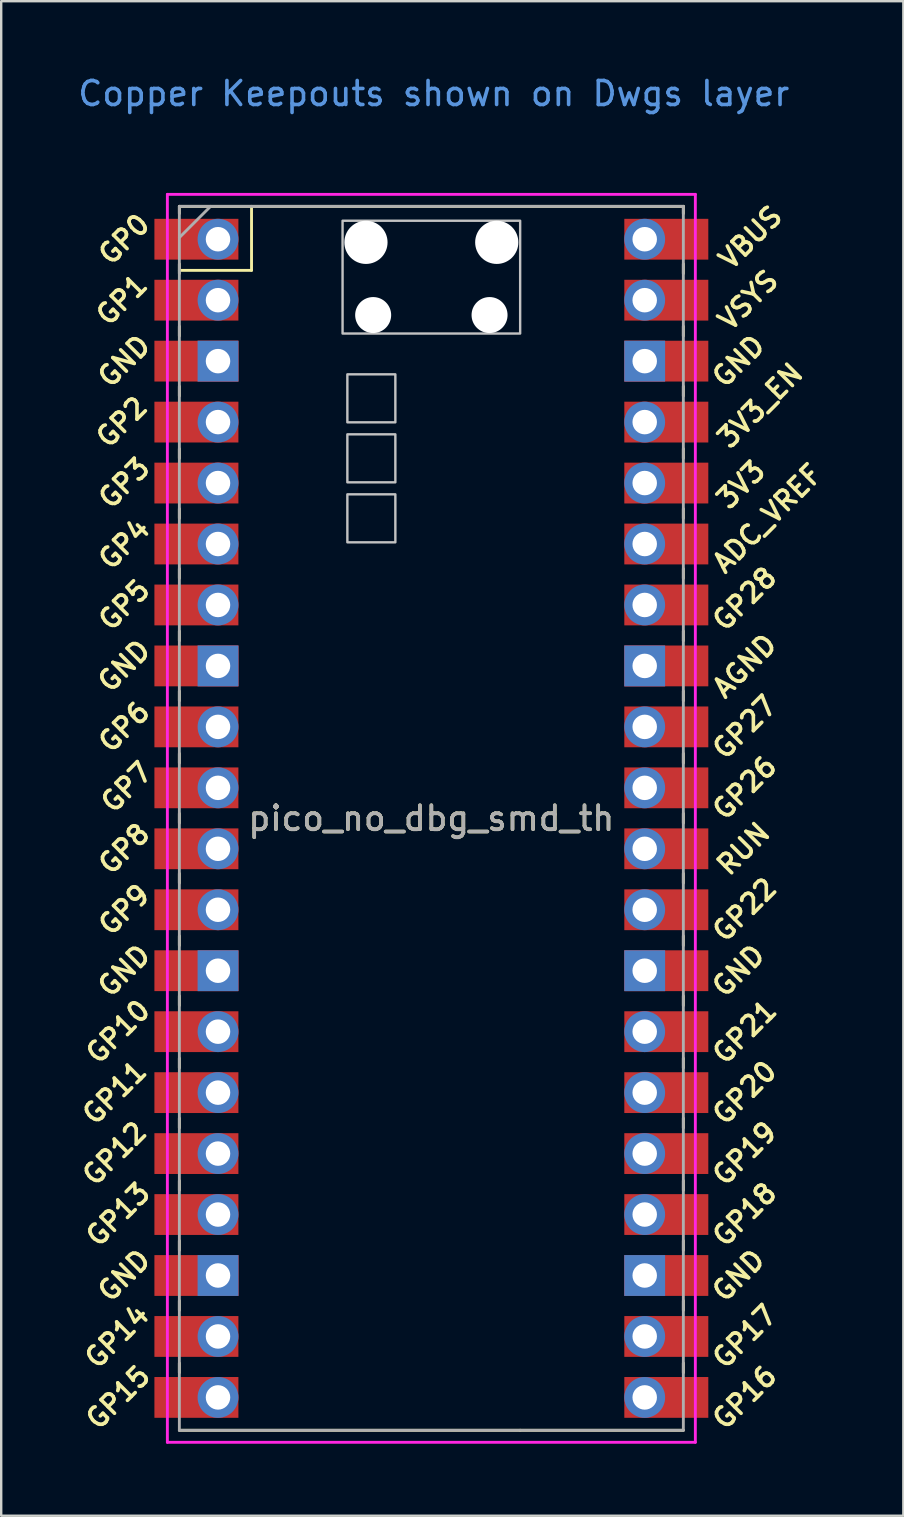
<source format=kicad_pcb>
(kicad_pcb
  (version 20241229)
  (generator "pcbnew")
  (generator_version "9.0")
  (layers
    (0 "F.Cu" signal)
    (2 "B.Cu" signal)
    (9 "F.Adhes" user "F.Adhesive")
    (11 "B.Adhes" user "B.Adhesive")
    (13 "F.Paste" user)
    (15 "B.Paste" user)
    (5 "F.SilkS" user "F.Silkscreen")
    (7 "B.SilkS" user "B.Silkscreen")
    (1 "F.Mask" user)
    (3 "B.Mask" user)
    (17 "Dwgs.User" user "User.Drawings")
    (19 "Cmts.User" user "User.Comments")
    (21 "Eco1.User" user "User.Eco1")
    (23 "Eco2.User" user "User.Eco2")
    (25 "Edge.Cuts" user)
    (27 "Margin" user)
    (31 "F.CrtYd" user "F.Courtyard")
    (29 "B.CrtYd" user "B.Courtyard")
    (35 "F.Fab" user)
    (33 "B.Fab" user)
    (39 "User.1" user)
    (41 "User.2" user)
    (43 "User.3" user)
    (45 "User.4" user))
  (footprint "pico_no_dbg_smd_th"
    (layer "F.Cu")
    (at 14.924 31.048)
    (property "Reference" "pico_no_dbg_smd_th" (at 0 0 0) (layer "F.SilkS") (effects (font (size 1 1) (thickness 0.15))))
    (attr through_hole)
    (fp_line (start -10.5 -25.5) (end -10.5 -25.2) (stroke (width 0.12) (type solid)) (layer "F.SilkS"))
    (fp_line (start -10.5 -25.5) (end 10.5 -25.5) (stroke (width 0.12) (type solid)) (layer "F.SilkS"))
    (fp_line (start -10.5 -23.1) (end -10.5 -22.7) (stroke (width 0.12) (type solid)) (layer "F.SilkS"))
    (fp_line (start -10.5 -22.833) (end -7.493 -22.833) (stroke (width 0.12) (type solid)) (layer "F.SilkS"))
    (fp_line (start -10.5 -20.5) (end -10.5 -20.1) (stroke (width 0.12) (type solid)) (layer "F.SilkS"))
    (fp_line (start -10.5 -18) (end -10.5 -17.6) (stroke (width 0.12) (type solid)) (layer "F.SilkS"))
    (fp_line (start -10.5 -15.4) (end -10.5 -15) (stroke (width 0.12) (type solid)) (layer "F.SilkS"))
    (fp_line (start -10.5 -12.9) (end -10.5 -12.5) (stroke (width 0.12) (type solid)) (layer "F.SilkS"))
    (fp_line (start -10.5 -10.4) (end -10.5 -10) (stroke (width 0.12) (type solid)) (layer "F.SilkS"))
    (fp_line (start -10.5 -7.8) (end -10.5 -7.4) (stroke (width 0.12) (type solid)) (layer "F.SilkS"))
    (fp_line (start -10.5 -5.3) (end -10.5 -4.9) (stroke (width 0.12) (type solid)) (layer "F.SilkS"))
    (fp_line (start -10.5 -2.7) (end -10.5 -2.3) (stroke (width 0.12) (type solid)) (layer "F.SilkS"))
    (fp_line (start -10.5 -0.2) (end -10.5 0.2) (stroke (width 0.12) (type solid)) (layer "F.SilkS"))
    (fp_line (start -10.5 2.3) (end -10.5 2.7) (stroke (width 0.12) (type solid)) (layer "F.SilkS"))
    (fp_line (start -10.5 4.9) (end -10.5 5.3) (stroke (width 0.12) (type solid)) (layer "F.SilkS"))
    (fp_line (start -10.5 7.4) (end -10.5 7.8) (stroke (width 0.12) (type solid)) (layer "F.SilkS"))
    (fp_line (start -10.5 10) (end -10.5 10.4) (stroke (width 0.12) (type solid)) (layer "F.SilkS"))
    (fp_line (start -10.5 12.5) (end -10.5 12.9) (stroke (width 0.12) (type solid)) (layer "F.SilkS"))
    (fp_line (start -10.5 15.1) (end -10.5 15.5) (stroke (width 0.12) (type solid)) (layer "F.SilkS"))
    (fp_line (start -10.5 17.6) (end -10.5 18) (stroke (width 0.12) (type solid)) (layer "F.SilkS"))
    (fp_line (start -10.5 20.1) (end -10.5 20.5) (stroke (width 0.12) (type solid)) (layer "F.SilkS"))
    (fp_line (start -10.5 22.7) (end -10.5 23.1) (stroke (width 0.12) (type solid)) (layer "F.SilkS"))
    (fp_line (start -7.493 -22.833) (end -7.493 -25.5) (stroke (width 0.12) (type solid)) (layer "F.SilkS"))
    (fp_line (start 3.7 25.5) (end -10.5 25.5) (stroke (width 0.12) (type solid)) (layer "F.SilkS"))
    (fp_line (start 10.5 -25.5) (end 10.5 -25.2) (stroke (width 0.12) (type solid)) (layer "F.SilkS"))
    (fp_line (start 10.5 -23.1) (end 10.5 -22.7) (stroke (width 0.12) (type solid)) (layer "F.SilkS"))
    (fp_line (start 10.5 -20.5) (end 10.5 -20.1) (stroke (width 0.12) (type solid)) (layer "F.SilkS"))
    (fp_line (start 10.5 -18) (end 10.5 -17.6) (stroke (width 0.12) (type solid)) (layer "F.SilkS"))
    (fp_line (start 10.5 -15.4) (end 10.5 -15) (stroke (width 0.12) (type solid)) (layer "F.SilkS"))
    (fp_line (start 10.5 -12.9) (end 10.5 -12.5) (stroke (width 0.12) (type solid)) (layer "F.SilkS"))
    (fp_line (start 10.5 -10.4) (end 10.5 -10) (stroke (width 0.12) (type solid)) (layer "F.SilkS"))
    (fp_line (start 10.5 -7.8) (end 10.5 -7.4) (stroke (width 0.12) (type solid)) (layer "F.SilkS"))
    (fp_line (start 10.5 -5.3) (end 10.5 -4.9) (stroke (width 0.12) (type solid)) (layer "F.SilkS"))
    (fp_line (start 10.5 -2.7) (end 10.5 -2.3) (stroke (width 0.12) (type solid)) (layer "F.SilkS"))
    (fp_line (start 10.5 -0.2) (end 10.5 0.2) (stroke (width 0.12) (type solid)) (layer "F.SilkS"))
    (fp_line (start 10.5 2.3) (end 10.5 2.7) (stroke (width 0.12) (type solid)) (layer "F.SilkS"))
    (fp_line (start 10.5 4.9) (end 10.5 5.3) (stroke (width 0.12) (type solid)) (layer "F.SilkS"))
    (fp_line (start 10.5 7.4) (end 10.5 7.8) (stroke (width 0.12) (type solid)) (layer "F.SilkS"))
    (fp_line (start 10.5 10) (end 10.5 10.4) (stroke (width 0.12) (type solid)) (layer "F.SilkS"))
    (fp_line (start 10.5 12.5) (end 10.5 12.9) (stroke (width 0.12) (type solid)) (layer "F.SilkS"))
    (fp_line (start 10.5 15.1) (end 10.5 15.5) (stroke (width 0.12) (type solid)) (layer "F.SilkS"))
    (fp_line (start 10.5 17.6) (end 10.5 18) (stroke (width 0.12) (type solid)) (layer "F.SilkS"))
    (fp_line (start 10.5 20.1) (end 10.5 20.5) (stroke (width 0.12) (type solid)) (layer "F.SilkS"))
    (fp_line (start 10.5 22.7) (end 10.5 23.1) (stroke (width 0.12) (type solid)) (layer "F.SilkS"))
    (fp_line (start 10.5 25.5) (end 3.7 25.5) (stroke (width 0.12) (type solid)) (layer "F.SilkS"))
    (fp_poly (pts (xy -1.5 -16.5) (xy -3.5 -16.5) (xy -3.5 -18.5) (xy -1.5 -18.5)) (stroke (width 0.1) (type solid)) (fill no) (layer "Dwgs.User"))
    (fp_poly (pts (xy -1.5 -14) (xy -3.5 -14) (xy -3.5 -16) (xy -1.5 -16)) (stroke (width 0.1) (type solid)) (fill no) (layer "Dwgs.User"))
    (fp_poly (pts (xy -1.5 -11.5) (xy -3.5 -11.5) (xy -3.5 -13.5) (xy -1.5 -13.5)) (stroke (width 0.1) (type solid)) (fill no) (layer "Dwgs.User"))
    (fp_poly (pts (xy 3.7 -20.2) (xy -3.7 -20.2) (xy -3.7 -24.9) (xy 3.7 -24.9)) (stroke (width 0.1) (type solid)) (fill no) (layer "Dwgs.User"))
    (fp_line (start -11 -26) (end 11 -26) (stroke (width 0.12) (type solid)) (layer "F.CrtYd"))
    (fp_line (start -11 26) (end -11 -26) (stroke (width 0.12) (type solid)) (layer "F.CrtYd"))
    (fp_line (start 11 -26) (end 11 26) (stroke (width 0.12) (type solid)) (layer "F.CrtYd"))
    (fp_line (start 11 26) (end -11 26) (stroke (width 0.12) (type solid)) (layer "F.CrtYd"))
    (fp_line (start -10.5 -25.5) (end 10.5 -25.5) (stroke (width 0.12) (type solid)) (layer "F.Fab"))
    (fp_line (start -10.5 -24.2) (end -9.2 -25.5) (stroke (width 0.12) (type solid)) (layer "F.Fab"))
    (fp_line (start -10.5 25.5) (end -10.5 -25.5) (stroke (width 0.12) (type solid)) (layer "F.Fab"))
    (fp_line (start 10.5 -25.5) (end 10.5 25.5) (stroke (width 0.12) (type solid)) (layer "F.Fab"))
    (fp_line (start 10.5 25.5) (end -10.5 25.5) (stroke (width 0.12) (type solid)) (layer "F.Fab"))
    (fp_text user "AGND" (at 13.054 -6.35 45) (layer "F.SilkS") (effects (font (size 0.8 0.8) (thickness 0.15))))
    (fp_text user "GP22" (at 13.054 3.81 45) (layer "F.SilkS") (effects (font (size 0.8 0.8) (thickness 0.15))))
    (fp_text user "GP12" (at -13.2 13.97 45) (layer "F.SilkS") (effects (font (size 0.8 0.8) (thickness 0.15))))
    (fp_text user "GP6" (at -12.8 -3.81 45) (layer "F.SilkS") (effects (font (size 0.8 0.8) (thickness 0.15))))
    (fp_text user "GND" (at 12.8 -19.05 45) (layer "F.SilkS") (effects (font (size 0.8 0.8) (thickness 0.15))))
    (fp_text user "GP1" (at -12.9 -21.6 45) (layer "F.SilkS") (effects (font (size 0.8 0.8) (thickness 0.15))))
    (fp_text user "GP4" (at -12.8 -11.43 45) (layer "F.SilkS") (effects (font (size 0.8 0.8) (thickness 0.15))))
    (fp_text user "GP14" (at -13.1 21.59 45) (layer "F.SilkS") (effects (font (size 0.8 0.8) (thickness 0.15))))
    (fp_text user "3V3" (at 12.9 -13.9 45) (layer "F.SilkS") (effects (font (size 0.8 0.8) (thickness 0.15))))
    (fp_text user "GP13" (at -13.054 16.51 45) (layer "F.SilkS") (effects (font (size 0.8 0.8) (thickness 0.15))))
    (fp_text user "GP17" (at 13.054 21.59 45) (layer "F.SilkS") (effects (font (size 0.8 0.8) (thickness 0.15))))
    (fp_text user "GP3" (at -12.8 -13.97 45) (layer "F.SilkS") (effects (font (size 0.8 0.8) (thickness 0.15))))
    (fp_text user "GP5" (at -12.8 -8.89 45) (layer "F.SilkS") (effects (font (size 0.8 0.8) (thickness 0.15))))
    (fp_text user "RUN" (at 13 1.27 45) (layer "F.SilkS") (effects (font (size 0.8 0.8) (thickness 0.15))))
    (fp_text user "GP20" (at 13.054 11.43 45) (layer "F.SilkS") (effects (font (size 0.8 0.8) (thickness 0.15))))
    (fp_text user "GP0" (at -12.8 -24.13 45) (layer "F.SilkS") (effects (font (size 0.8 0.8) (thickness 0.15))))
    (fp_text user "VSYS" (at 13.2 -21.59 45) (layer "F.SilkS") (effects (font (size 0.8 0.8) (thickness 0.15))))
    (fp_text user "GP18" (at 13.054 16.51 45) (layer "F.SilkS") (effects (font (size 0.8 0.8) (thickness 0.15))))
    (fp_text user "GP15" (at -13.054 24.13 45) (layer "F.SilkS") (effects (font (size 0.8 0.8) (thickness 0.15))))
    (fp_text user "GND" (at -12.8 19.05 45) (layer "F.SilkS") (effects (font (size 0.8 0.8) (thickness 0.15))))
    (fp_text user "GP7" (at -12.7 -1.3 45) (layer "F.SilkS") (effects (font (size 0.8 0.8) (thickness 0.15))))
    (fp_text user "GP11" (at -13.2 11.43 45) (layer "F.SilkS") (effects (font (size 0.8 0.8) (thickness 0.15))))
    (fp_text user "GP8" (at -12.8 1.27 45) (layer "F.SilkS") (effects (font (size 0.8 0.8) (thickness 0.15))))
    (fp_text user "GP10" (at -13.054 8.89 45) (layer "F.SilkS") (effects (font (size 0.8 0.8) (thickness 0.15))))
    (fp_text user "GP2" (at -12.9 -16.51 45) (layer "F.SilkS") (effects (font (size 0.8 0.8) (thickness 0.15))))
    (fp_text user "GP26" (at 13.054 -1.27 45) (layer "F.SilkS") (effects (font (size 0.8 0.8) (thickness 0.15))))
    (fp_text user "GND" (at -12.8 6.35 45) (layer "F.SilkS") (effects (font (size 0.8 0.8) (thickness 0.15))))
    (fp_text user "ADC_VREF" (at 14 -12.5 45) (layer "F.SilkS") (effects (font (size 0.8 0.8) (thickness 0.15))))
    (fp_text user "GP21" (at 13.054 8.9 45) (layer "F.SilkS") (effects (font (size 0.8 0.8) (thickness 0.15))))
    (fp_text user "GP19" (at 13.054 13.97 45) (layer "F.SilkS") (effects (font (size 0.8 0.8) (thickness 0.15))))
    (fp_text user "GND" (at -12.8 -6.35 45) (layer "F.SilkS") (effects (font (size 0.8 0.8) (thickness 0.15))))
    (fp_text user "GND" (at 12.8 6.35 45) (layer "F.SilkS") (effects (font (size 0.8 0.8) (thickness 0.15))))
    (fp_text user "VBUS" (at 13.3 -24.2 45) (layer "F.SilkS") (effects (font (size 0.8 0.8) (thickness 0.15))))
    (fp_text user "GP27" (at 13.054 -3.8 45) (layer "F.SilkS") (effects (font (size 0.8 0.8) (thickness 0.15))))
    (fp_text user "GND" (at -12.8 -19.05 45) (layer "F.SilkS") (effects (font (size 0.8 0.8) (thickness 0.15))))
    (fp_text user "GP9" (at -12.8 3.81 45) (layer "F.SilkS") (effects (font (size 0.8 0.8) (thickness 0.15))))
    (fp_text user "GP16" (at 13.054 24.13 45) (layer "F.SilkS") (effects (font (size 0.8 0.8) (thickness 0.15))))
    (fp_text user "GP28" (at 13.054 -9.144 45) (layer "F.SilkS") (effects (font (size 0.8 0.8) (thickness 0.15))))
    (fp_text user "3V3_EN" (at 13.7 -17.2 45) (layer "F.SilkS") (effects (font (size 0.8 0.8) (thickness 0.15))))
    (fp_text user "GND" (at 12.8 19.05 45) (layer "F.SilkS") (effects (font (size 0.8 0.8) (thickness 0.15))))
    (fp_text user "Copper Keepouts shown on Dwgs layer" (at 0.1 -30.2 0) (layer "Cmts.User") (effects (font (size 1 1) (thickness 0.15))))
    (fp_text user "${REFERENCE}" (at 0 0 180) (layer "F.Fab") (effects (font (size 1 1) (thickness 0.15))))
    (pad "" np_thru_hole oval (at -2.725 -24) (size 1.8 1.8) (drill 1.8) (layers "*.Cu" "*.Mask"))
    (pad "" np_thru_hole oval (at -2.425 -20.97) (size 1.5 1.5) (drill 1.5) (layers "*.Cu" "*.Mask"))
    (pad "" np_thru_hole oval (at 2.425 -20.97) (size 1.5 1.5) (drill 1.5) (layers "*.Cu" "*.Mask"))
    (pad "" np_thru_hole oval (at 2.725 -24) (size 1.8 1.8) (drill 1.8) (layers "*.Cu" "*.Mask"))
    (pad "1" thru_hole oval (at -8.89 -24.13) (size 1.7 1.7) (drill 1.02) (layers "*.Cu" "*.Mask"))
    (pad "1" smd rect (at -8.89 -24.13) (size 3.5 1.7) (drill (offset -0.9 0)) (layers "F.Cu" "F.Mask"))
    (pad "2" thru_hole oval (at -8.89 -21.59) (size 1.7 1.7) (drill 1.02) (layers "*.Cu" "*.Mask"))
    (pad "2" smd rect (at -8.89 -21.59) (size 3.5 1.7) (drill (offset -0.9 0)) (layers "F.Cu" "F.Mask"))
    (pad "3" thru_hole rect (at -8.89 -19.05) (size 1.7 1.7) (drill 1.02) (layers "*.Cu" "*.Mask"))
    (pad "3" smd rect (at -8.89 -19.05) (size 3.5 1.7) (drill (offset -0.9 0)) (layers "F.Cu" "F.Mask"))
    (pad "4" thru_hole oval (at -8.89 -16.51) (size 1.7 1.7) (drill 1.02) (layers "*.Cu" "*.Mask"))
    (pad "4" smd rect (at -8.89 -16.51) (size 3.5 1.7) (drill (offset -0.9 0)) (layers "F.Cu" "F.Mask"))
    (pad "5" thru_hole oval (at -8.89 -13.97) (size 1.7 1.7) (drill 1.02) (layers "*.Cu" "*.Mask"))
    (pad "5" smd rect (at -8.89 -13.97) (size 3.5 1.7) (drill (offset -0.9 0)) (layers "F.Cu" "F.Mask"))
    (pad "6" thru_hole oval (at -8.89 -11.43) (size 1.7 1.7) (drill 1.02) (layers "*.Cu" "*.Mask"))
    (pad "6" smd rect (at -8.89 -11.43) (size 3.5 1.7) (drill (offset -0.9 0)) (layers "F.Cu" "F.Mask"))
    (pad "7" thru_hole oval (at -8.89 -8.89) (size 1.7 1.7) (drill 1.02) (layers "*.Cu" "*.Mask"))
    (pad "7" smd rect (at -8.89 -8.89) (size 3.5 1.7) (drill (offset -0.9 0)) (layers "F.Cu" "F.Mask"))
    (pad "8" thru_hole rect (at -8.89 -6.35) (size 1.7 1.7) (drill 1.02) (layers "*.Cu" "*.Mask"))
    (pad "8" smd rect (at -8.89 -6.35) (size 3.5 1.7) (drill (offset -0.9 0)) (layers "F.Cu" "F.Mask"))
    (pad "9" thru_hole oval (at -8.89 -3.81) (size 1.7 1.7) (drill 1.02) (layers "*.Cu" "*.Mask"))
    (pad "9" smd rect (at -8.89 -3.81) (size 3.5 1.7) (drill (offset -0.9 0)) (layers "F.Cu" "F.Mask"))
    (pad "10" thru_hole oval (at -8.89 -1.27) (size 1.7 1.7) (drill 1.02) (layers "*.Cu" "*.Mask"))
    (pad "10" smd rect (at -8.89 -1.27) (size 3.5 1.7) (drill (offset -0.9 0)) (layers "F.Cu" "F.Mask"))
    (pad "11" thru_hole oval (at -8.89 1.27) (size 1.7 1.7) (drill 1.02) (layers "*.Cu" "*.Mask"))
    (pad "11" smd rect (at -8.89 1.27) (size 3.5 1.7) (drill (offset -0.9 0)) (layers "F.Cu" "F.Mask"))
    (pad "12" thru_hole oval (at -8.89 3.81) (size 1.7 1.7) (drill 1.02) (layers "*.Cu" "*.Mask"))
    (pad "12" smd rect (at -8.89 3.81) (size 3.5 1.7) (drill (offset -0.9 0)) (layers "F.Cu" "F.Mask"))
    (pad "13" thru_hole rect (at -8.89 6.35) (size 1.7 1.7) (drill 1.02) (layers "*.Cu" "*.Mask"))
    (pad "13" smd rect (at -8.89 6.35) (size 3.5 1.7) (drill (offset -0.9 0)) (layers "F.Cu" "F.Mask"))
    (pad "14" thru_hole oval (at -8.89 8.89) (size 1.7 1.7) (drill 1.02) (layers "*.Cu" "*.Mask"))
    (pad "14" smd rect (at -8.89 8.89) (size 3.5 1.7) (drill (offset -0.9 0)) (layers "F.Cu" "F.Mask"))
    (pad "15" thru_hole oval (at -8.89 11.43) (size 1.7 1.7) (drill 1.02) (layers "*.Cu" "*.Mask"))
    (pad "15" smd rect (at -8.89 11.43) (size 3.5 1.7) (drill (offset -0.9 0)) (layers "F.Cu" "F.Mask"))
    (pad "16" thru_hole oval (at -8.89 13.97) (size 1.7 1.7) (drill 1.02) (layers "*.Cu" "*.Mask"))
    (pad "16" smd rect (at -8.89 13.97) (size 3.5 1.7) (drill (offset -0.9 0)) (layers "F.Cu" "F.Mask"))
    (pad "17" thru_hole oval (at -8.89 16.51) (size 1.7 1.7) (drill 1.02) (layers "*.Cu" "*.Mask"))
    (pad "17" smd rect (at -8.89 16.51) (size 3.5 1.7) (drill (offset -0.9 0)) (layers "F.Cu" "F.Mask"))
    (pad "18" thru_hole rect (at -8.89 19.05) (size 1.7 1.7) (drill 1.02) (layers "*.Cu" "*.Mask"))
    (pad "18" smd rect (at -8.89 19.05) (size 3.5 1.7) (drill (offset -0.9 0)) (layers "F.Cu" "F.Mask"))
    (pad "19" thru_hole oval (at -8.89 21.59) (size 1.7 1.7) (drill 1.02) (layers "*.Cu" "*.Mask"))
    (pad "19" smd rect (at -8.89 21.59) (size 3.5 1.7) (drill (offset -0.9 0)) (layers "F.Cu" "F.Mask"))
    (pad "20" thru_hole oval (at -8.89 24.13) (size 1.7 1.7) (drill 1.02) (layers "*.Cu" "*.Mask"))
    (pad "20" smd rect (at -8.89 24.13) (size 3.5 1.7) (drill (offset -0.9 0)) (layers "F.Cu" "F.Mask"))
    (pad "21" thru_hole oval (at 8.89 24.13) (size 1.7 1.7) (drill 1.02) (layers "*.Cu" "*.Mask"))
    (pad "21" smd rect (at 8.89 24.13) (size 3.5 1.7) (drill (offset 0.9 0)) (layers "F.Cu" "F.Mask"))
    (pad "22" thru_hole oval (at 8.89 21.59) (size 1.7 1.7) (drill 1.02) (layers "*.Cu" "*.Mask"))
    (pad "22" smd rect (at 8.89 21.59) (size 3.5 1.7) (drill (offset 0.9 0)) (layers "F.Cu" "F.Mask"))
    (pad "23" thru_hole rect (at 8.89 19.05) (size 1.7 1.7) (drill 1.02) (layers "*.Cu" "*.Mask"))
    (pad "23" smd rect (at 8.89 19.05) (size 3.5 1.7) (drill (offset 0.9 0)) (layers "F.Cu" "F.Mask"))
    (pad "24" thru_hole oval (at 8.89 16.51) (size 1.7 1.7) (drill 1.02) (layers "*.Cu" "*.Mask"))
    (pad "24" smd rect (at 8.89 16.51) (size 3.5 1.7) (drill (offset 0.9 0)) (layers "F.Cu" "F.Mask"))
    (pad "25" thru_hole oval (at 8.89 13.97) (size 1.7 1.7) (drill 1.02) (layers "*.Cu" "*.Mask"))
    (pad "25" smd rect (at 8.89 13.97) (size 3.5 1.7) (drill (offset 0.9 0)) (layers "F.Cu" "F.Mask"))
    (pad "26" thru_hole oval (at 8.89 11.43) (size 1.7 1.7) (drill 1.02) (layers "*.Cu" "*.Mask"))
    (pad "26" smd rect (at 8.89 11.43) (size 3.5 1.7) (drill (offset 0.9 0)) (layers "F.Cu" "F.Mask"))
    (pad "27" thru_hole oval (at 8.89 8.89) (size 1.7 1.7) (drill 1.02) (layers "*.Cu" "*.Mask"))
    (pad "27" smd rect (at 8.89 8.89) (size 3.5 1.7) (drill (offset 0.9 0)) (layers "F.Cu" "F.Mask"))
    (pad "28" thru_hole rect (at 8.89 6.35) (size 1.7 1.7) (drill 1.02) (layers "*.Cu" "*.Mask"))
    (pad "28" smd rect (at 8.89 6.35) (size 3.5 1.7) (drill (offset 0.9 0)) (layers "F.Cu" "F.Mask"))
    (pad "29" thru_hole oval (at 8.89 3.81) (size 1.7 1.7) (drill 1.02) (layers "*.Cu" "*.Mask"))
    (pad "29" smd rect (at 8.89 3.81) (size 3.5 1.7) (drill (offset 0.9 0)) (layers "F.Cu" "F.Mask"))
    (pad "30" thru_hole oval (at 8.89 1.27) (size 1.7 1.7) (drill 1.02) (layers "*.Cu" "*.Mask"))
    (pad "30" smd rect (at 8.89 1.27) (size 3.5 1.7) (drill (offset 0.9 0)) (layers "F.Cu" "F.Mask"))
    (pad "31" thru_hole oval (at 8.89 -1.27) (size 1.7 1.7) (drill 1.02) (layers "*.Cu" "*.Mask"))
    (pad "31" smd rect (at 8.89 -1.27) (size 3.5 1.7) (drill (offset 0.9 0)) (layers "F.Cu" "F.Mask"))
    (pad "32" thru_hole oval (at 8.89 -3.81) (size 1.7 1.7) (drill 1.02) (layers "*.Cu" "*.Mask"))
    (pad "32" smd rect (at 8.89 -3.81) (size 3.5 1.7) (drill (offset 0.9 0)) (layers "F.Cu" "F.Mask"))
    (pad "33" thru_hole rect (at 8.89 -6.35) (size 1.7 1.7) (drill 1.02) (layers "*.Cu" "*.Mask"))
    (pad "33" smd rect (at 8.89 -6.35) (size 3.5 1.7) (drill (offset 0.9 0)) (layers "F.Cu" "F.Mask"))
    (pad "34" thru_hole oval (at 8.89 -8.89) (size 1.7 1.7) (drill 1.02) (layers "*.Cu" "*.Mask"))
    (pad "34" smd rect (at 8.89 -8.89) (size 3.5 1.7) (drill (offset 0.9 0)) (layers "F.Cu" "F.Mask"))
    (pad "35" thru_hole oval (at 8.89 -11.43) (size 1.7 1.7) (drill 1.02) (layers "*.Cu" "*.Mask"))
    (pad "35" smd rect (at 8.89 -11.43) (size 3.5 1.7) (drill (offset 0.9 0)) (layers "F.Cu" "F.Mask"))
    (pad "36" thru_hole oval (at 8.89 -13.97) (size 1.7 1.7) (drill 1.02) (layers "*.Cu" "*.Mask"))
    (pad "36" smd rect (at 8.89 -13.97) (size 3.5 1.7) (drill (offset 0.9 0)) (layers "F.Cu" "F.Mask"))
    (pad "37" thru_hole oval (at 8.89 -16.51) (size 1.7 1.7) (drill 1.02) (layers "*.Cu" "*.Mask"))
    (pad "37" smd rect (at 8.89 -16.51) (size 3.5 1.7) (drill (offset 0.9 0)) (layers "F.Cu" "F.Mask"))
    (pad "38" thru_hole rect (at 8.89 -19.05) (size 1.7 1.7) (drill 1.02) (layers "*.Cu" "*.Mask"))
    (pad "38" smd rect (at 8.89 -19.05) (size 3.5 1.7) (drill (offset 0.9 0)) (layers "F.Cu" "F.Mask"))
    (pad "39" thru_hole oval (at 8.89 -21.59) (size 1.7 1.7) (drill 1.02) (layers "*.Cu" "*.Mask"))
    (pad "39" smd rect (at 8.89 -21.59) (size 3.5 1.7) (drill (offset 0.9 0)) (layers "F.Cu" "F.Mask"))
    (pad "40" thru_hole oval (at 8.89 -24.13) (size 1.7 1.7) (drill 1.02) (layers "*.Cu" "*.Mask"))
    (pad "40" smd rect (at 8.89 -24.13) (size 3.5 1.7) (drill (offset 0.9 0)) (layers "F.Cu" "F.Mask")))
  (gr_rect
    (start -3 -3)
    (end 34.591 60.108)
    (stroke (width 0.1) (type default))
    (fill no)
    (layer "Edge.Cuts")))
</source>
